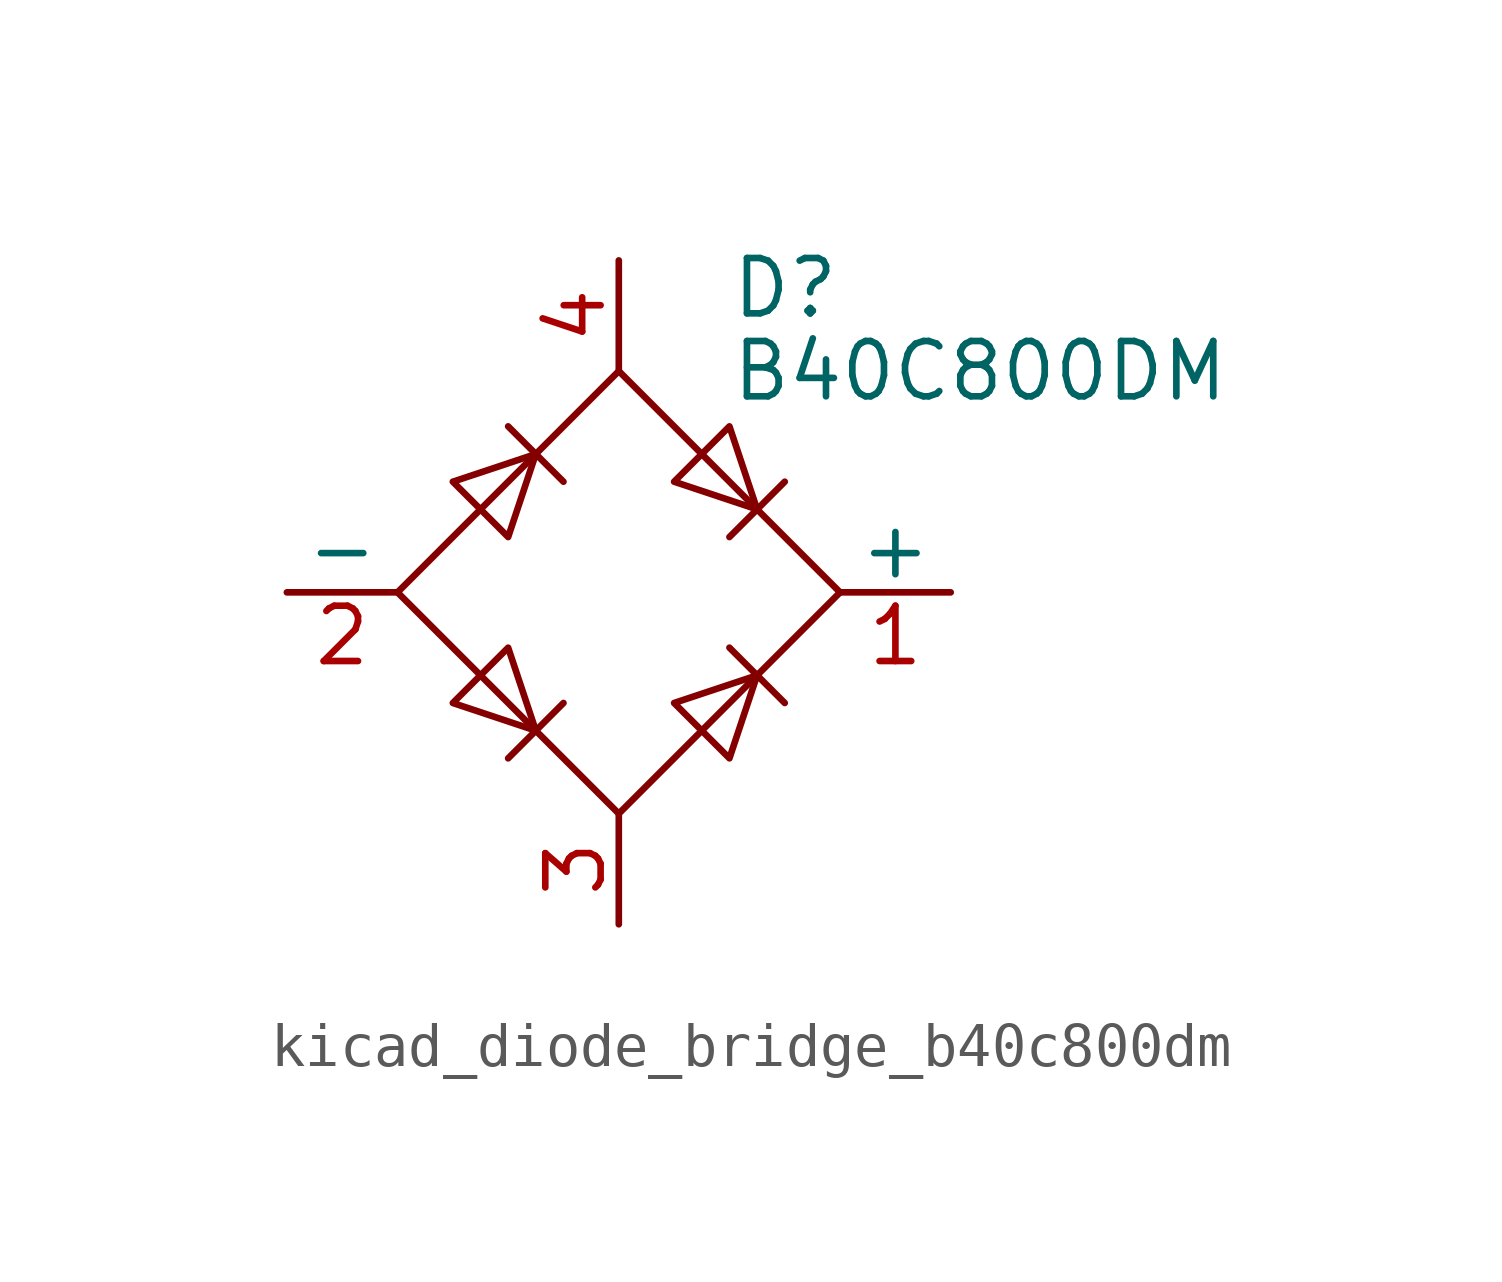
<source format=kicad_sym>
(kicad_symbol_lib
  (version 20220914)
  (generator kicad_symbol_editor)
  (symbol "kicad_diode_bridge_b40c800dm"
    (pin_names
      (offset 0))
    (property "Reference" "D"
      (at 2.54 6.985 0)
      (effects (font (size 1.27 1.27)) (justify left)))
    (property "Value" "B40C800DM"
      (at 2.54 5.08 0)
      (effects (font (size 1.27 1.27)) (justify left)))
    (symbol "kicad_diode_bridge_b40c800dm_0_1"
      (polyline (pts (xy -2.54 3.81) (xy -1.27 2.54)) (stroke (width 0) (type default)) (fill (type none)))
      (polyline (pts (xy -1.27 -2.54) (xy -2.54 -3.81)) (stroke (width 0) (type default)) (fill (type none)))
      (polyline (pts (xy 2.54 -1.27) (xy 3.81 -2.54)) (stroke (width 0) (type default)) (fill (type none)))
      (polyline (pts (xy 2.54 1.27) (xy 3.81 2.54)) (stroke (width 0) (type default)) (fill (type none)))
      (polyline (pts (xy -3.81 2.54) (xy -2.54 1.27) (xy -1.905 3.175) (xy -3.81 2.54)) (stroke (width 0) (type default)) (fill (type none)))
      (polyline (pts (xy -2.54 -1.27) (xy -3.81 -2.54) (xy -1.905 -3.175) (xy -2.54 -1.27)) (stroke (width 0) (type default)) (fill (type none)))
      (polyline (pts (xy 1.27 2.54) (xy 2.54 3.81) (xy 3.175 1.905) (xy 1.27 2.54)) (stroke (width 0) (type default)) (fill (type none)))
      (polyline (pts (xy 3.175 -1.905) (xy 1.27 -2.54) (xy 2.54 -3.81) (xy 3.175 -1.905)) (stroke (width 0) (type default)) (fill (type none)))
      (polyline (pts (xy -5.08 0) (xy 0 -5.08) (xy 5.08 0) (xy 0 5.08) (xy -5.08 0)) (stroke (width 0) (type default)) (fill (type none))))
    (symbol "kicad_diode_bridge_b40c800dm_1_1"
      (pin passive line (at 7.62 0 180) (length 2.54) (name "+" (effects (font (size 1.27 1.27)))) (number "1" (effects (font (size 1.27 1.27)))))
      (pin passive line (at -7.62 0 0) (length 2.54) (name "-" (effects (font (size 1.27 1.27)))) (number "2" (effects (font (size 1.27 1.27)))))
      (pin passive line (at 0 -7.62 90) (length 2.54) (name "~" (effects (font (size 1.27 1.27)))) (number "3" (effects (font (size 1.27 1.27)))))
      (pin passive line (at 0 7.62 270) (length 2.54) (name "~" (effects (font (size 1.27 1.27)))) (number "4" (effects (font (size 1.27 1.27))))))))
</source>
